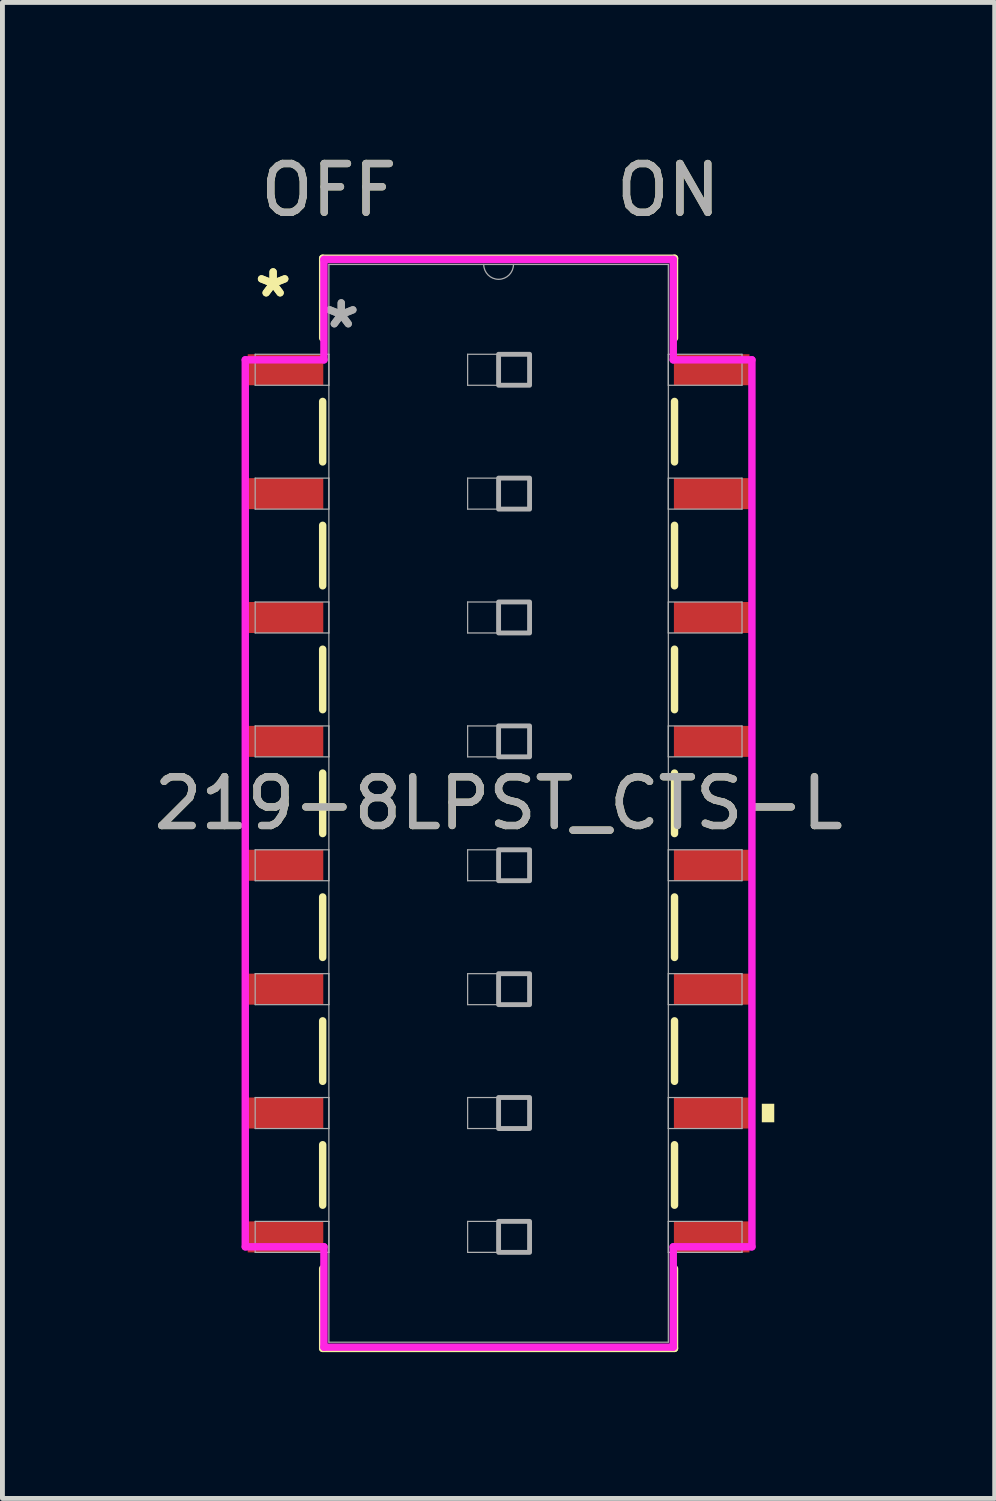
<source format=kicad_pcb>
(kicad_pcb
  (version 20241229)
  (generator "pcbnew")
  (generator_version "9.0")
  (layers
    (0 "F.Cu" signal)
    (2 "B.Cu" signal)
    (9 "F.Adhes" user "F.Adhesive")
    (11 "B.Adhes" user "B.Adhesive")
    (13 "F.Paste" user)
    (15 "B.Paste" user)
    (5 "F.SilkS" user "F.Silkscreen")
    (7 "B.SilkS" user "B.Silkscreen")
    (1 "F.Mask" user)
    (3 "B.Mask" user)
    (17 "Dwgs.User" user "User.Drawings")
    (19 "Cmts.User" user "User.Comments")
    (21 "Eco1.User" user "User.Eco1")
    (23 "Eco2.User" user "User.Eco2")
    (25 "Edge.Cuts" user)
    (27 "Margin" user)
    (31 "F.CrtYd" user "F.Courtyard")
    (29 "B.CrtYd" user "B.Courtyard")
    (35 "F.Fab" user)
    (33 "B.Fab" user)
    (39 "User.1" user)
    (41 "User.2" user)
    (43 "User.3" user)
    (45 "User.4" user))
  (footprint "219-8LPST_CTS-L"
    (layer "F.Cu")
    (at 7.173 13.421)
    (property "Reference" "219-8LPST_CTS-L" (at 0 0 0) (unlocked yes) (layer "F.SilkS") (effects (font (size 1 1) (thickness 0.15))))
    (attr smd)
    (fp_line (start -3.607 -11.176) (end -3.607 -9.54) (stroke (width 0.152) (type solid)) (layer "F.SilkS"))
    (fp_line (start -3.607 -8.24) (end -3.607 -7) (stroke (width 0.152) (type solid)) (layer "F.SilkS"))
    (fp_line (start -3.607 -5.7) (end -3.607 -4.46) (stroke (width 0.152) (type solid)) (layer "F.SilkS"))
    (fp_line (start -3.607 -3.16) (end -3.607 -1.92) (stroke (width 0.152) (type solid)) (layer "F.SilkS"))
    (fp_line (start -3.607 -0.62) (end -3.607 0.62) (stroke (width 0.152) (type solid)) (layer "F.SilkS"))
    (fp_line (start -3.607 1.92) (end -3.607 3.16) (stroke (width 0.152) (type solid)) (layer "F.SilkS"))
    (fp_line (start -3.607 4.46) (end -3.607 5.7) (stroke (width 0.152) (type solid)) (layer "F.SilkS"))
    (fp_line (start -3.607 7) (end -3.607 8.24) (stroke (width 0.152) (type solid)) (layer "F.SilkS"))
    (fp_line (start -3.607 9.54) (end -3.607 11.176) (stroke (width 0.152) (type solid)) (layer "F.SilkS"))
    (fp_line (start -3.607 11.176) (end 3.607 11.176) (stroke (width 0.152) (type solid)) (layer "F.SilkS"))
    (fp_line (start 3.607 -11.176) (end -3.607 -11.176) (stroke (width 0.152) (type solid)) (layer "F.SilkS"))
    (fp_line (start 3.607 -9.54) (end 3.607 -11.176) (stroke (width 0.152) (type solid)) (layer "F.SilkS"))
    (fp_line (start 3.607 -7) (end 3.607 -8.24) (stroke (width 0.152) (type solid)) (layer "F.SilkS"))
    (fp_line (start 3.607 -4.46) (end 3.607 -5.7) (stroke (width 0.152) (type solid)) (layer "F.SilkS"))
    (fp_line (start 3.607 -1.92) (end 3.607 -3.16) (stroke (width 0.152) (type solid)) (layer "F.SilkS"))
    (fp_line (start 3.607 0.62) (end 3.607 -0.62) (stroke (width 0.152) (type solid)) (layer "F.SilkS"))
    (fp_line (start 3.607 3.16) (end 3.607 1.92) (stroke (width 0.152) (type solid)) (layer "F.SilkS"))
    (fp_line (start 3.607 5.7) (end 3.607 4.46) (stroke (width 0.152) (type solid)) (layer "F.SilkS"))
    (fp_line (start 3.607 8.24) (end 3.607 7) (stroke (width 0.152) (type solid)) (layer "F.SilkS"))
    (fp_line (start 3.607 11.176) (end 3.607 9.54) (stroke (width 0.152) (type solid)) (layer "F.SilkS"))
    (fp_poly (pts (xy 5.652 6.16) (xy 5.652 6.54) (xy 5.397 6.54) (xy 5.397 6.16)) (stroke (width 0) (type solid)) (fill yes) (layer "F.SilkS"))
    (fp_line (start -5.194 -9.093) (end -3.581 -9.093) (stroke (width 0.152) (type solid)) (layer "F.CrtYd"))
    (fp_line (start -5.194 9.093) (end -5.194 -9.093) (stroke (width 0.152) (type solid)) (layer "F.CrtYd"))
    (fp_line (start -3.581 -11.151) (end 3.581 -11.151) (stroke (width 0.152) (type solid)) (layer "F.CrtYd"))
    (fp_line (start -3.581 -9.093) (end -3.581 -11.151) (stroke (width 0.152) (type solid)) (layer "F.CrtYd"))
    (fp_line (start -3.581 9.093) (end -5.194 9.093) (stroke (width 0.152) (type solid)) (layer "F.CrtYd"))
    (fp_line (start -3.581 11.151) (end -3.581 9.093) (stroke (width 0.152) (type solid)) (layer "F.CrtYd"))
    (fp_line (start 3.581 -11.151) (end 3.581 -9.093) (stroke (width 0.152) (type solid)) (layer "F.CrtYd"))
    (fp_line (start 3.581 -9.093) (end 5.194 -9.093) (stroke (width 0.152) (type solid)) (layer "F.CrtYd"))
    (fp_line (start 3.581 9.093) (end 3.581 11.151) (stroke (width 0.152) (type solid)) (layer "F.CrtYd"))
    (fp_line (start 3.581 11.151) (end -3.581 11.151) (stroke (width 0.152) (type solid)) (layer "F.CrtYd"))
    (fp_line (start 5.194 -9.093) (end 5.194 9.093) (stroke (width 0.152) (type solid)) (layer "F.CrtYd"))
    (fp_line (start 5.194 9.093) (end 3.581 9.093) (stroke (width 0.152) (type solid)) (layer "F.CrtYd"))
    (fp_line (start -4.991 -9.207) (end -4.991 -8.572) (stroke (width 0.025) (type solid)) (layer "F.Fab"))
    (fp_line (start -4.991 -8.572) (end -3.48 -8.572) (stroke (width 0.025) (type solid)) (layer "F.Fab"))
    (fp_line (start -4.991 -6.668) (end -4.991 -6.032) (stroke (width 0.025) (type solid)) (layer "F.Fab"))
    (fp_line (start -4.991 -6.032) (end -3.48 -6.032) (stroke (width 0.025) (type solid)) (layer "F.Fab"))
    (fp_line (start -4.991 -4.128) (end -4.991 -3.493) (stroke (width 0.025) (type solid)) (layer "F.Fab"))
    (fp_line (start -4.991 -3.493) (end -3.48 -3.493) (stroke (width 0.025) (type solid)) (layer "F.Fab"))
    (fp_line (start -4.991 -1.587) (end -4.991 -0.953) (stroke (width 0.025) (type solid)) (layer "F.Fab"))
    (fp_line (start -4.991 -0.953) (end -3.48 -0.953) (stroke (width 0.025) (type solid)) (layer "F.Fab"))
    (fp_line (start -4.991 0.953) (end -4.991 1.587) (stroke (width 0.025) (type solid)) (layer "F.Fab"))
    (fp_line (start -4.991 1.587) (end -3.48 1.587) (stroke (width 0.025) (type solid)) (layer "F.Fab"))
    (fp_line (start -4.991 3.493) (end -4.991 4.128) (stroke (width 0.025) (type solid)) (layer "F.Fab"))
    (fp_line (start -4.991 4.128) (end -3.48 4.128) (stroke (width 0.025) (type solid)) (layer "F.Fab"))
    (fp_line (start -4.991 6.032) (end -4.991 6.668) (stroke (width 0.025) (type solid)) (layer "F.Fab"))
    (fp_line (start -4.991 6.668) (end -3.48 6.668) (stroke (width 0.025) (type solid)) (layer "F.Fab"))
    (fp_line (start -4.991 8.572) (end -4.991 9.207) (stroke (width 0.025) (type solid)) (layer "F.Fab"))
    (fp_line (start -4.991 9.207) (end -3.48 9.207) (stroke (width 0.025) (type solid)) (layer "F.Fab"))
    (fp_line (start -3.48 -11.049) (end -3.48 11.049) (stroke (width 0.025) (type solid)) (layer "F.Fab"))
    (fp_line (start -3.48 -9.207) (end -4.991 -9.207) (stroke (width 0.025) (type solid)) (layer "F.Fab"))
    (fp_line (start -3.48 -8.572) (end -3.48 -9.207) (stroke (width 0.025) (type solid)) (layer "F.Fab"))
    (fp_line (start -3.48 -6.668) (end -4.991 -6.668) (stroke (width 0.025) (type solid)) (layer "F.Fab"))
    (fp_line (start -3.48 -6.032) (end -3.48 -6.668) (stroke (width 0.025) (type solid)) (layer "F.Fab"))
    (fp_line (start -3.48 -4.128) (end -4.991 -4.128) (stroke (width 0.025) (type solid)) (layer "F.Fab"))
    (fp_line (start -3.48 -3.493) (end -3.48 -4.128) (stroke (width 0.025) (type solid)) (layer "F.Fab"))
    (fp_line (start -3.48 -1.587) (end -4.991 -1.587) (stroke (width 0.025) (type solid)) (layer "F.Fab"))
    (fp_line (start -3.48 -0.953) (end -3.48 -1.587) (stroke (width 0.025) (type solid)) (layer "F.Fab"))
    (fp_line (start -3.48 0.953) (end -4.991 0.953) (stroke (width 0.025) (type solid)) (layer "F.Fab"))
    (fp_line (start -3.48 1.587) (end -3.48 0.953) (stroke (width 0.025) (type solid)) (layer "F.Fab"))
    (fp_line (start -3.48 3.493) (end -4.991 3.493) (stroke (width 0.025) (type solid)) (layer "F.Fab"))
    (fp_line (start -3.48 4.128) (end -3.48 3.493) (stroke (width 0.025) (type solid)) (layer "F.Fab"))
    (fp_line (start -3.48 6.032) (end -4.991 6.032) (stroke (width 0.025) (type solid)) (layer "F.Fab"))
    (fp_line (start -3.48 6.668) (end -3.48 6.032) (stroke (width 0.025) (type solid)) (layer "F.Fab"))
    (fp_line (start -3.48 8.572) (end -4.991 8.572) (stroke (width 0.025) (type solid)) (layer "F.Fab"))
    (fp_line (start -3.48 9.207) (end -3.48 8.572) (stroke (width 0.025) (type solid)) (layer "F.Fab"))
    (fp_line (start -3.48 11.049) (end 3.48 11.049) (stroke (width 0.025) (type solid)) (layer "F.Fab"))
    (fp_line (start -0.635 -9.207) (end 0.635 -9.207) (stroke (width 0.025) (type solid)) (layer "F.Fab"))
    (fp_line (start -0.635 -8.572) (end -0.635 -9.207) (stroke (width 0.025) (type solid)) (layer "F.Fab"))
    (fp_line (start -0.635 -6.668) (end 0.635 -6.668) (stroke (width 0.025) (type solid)) (layer "F.Fab"))
    (fp_line (start -0.635 -6.032) (end -0.635 -6.668) (stroke (width 0.025) (type solid)) (layer "F.Fab"))
    (fp_line (start -0.635 -4.128) (end 0.635 -4.128) (stroke (width 0.025) (type solid)) (layer "F.Fab"))
    (fp_line (start -0.635 -3.493) (end -0.635 -4.128) (stroke (width 0.025) (type solid)) (layer "F.Fab"))
    (fp_line (start -0.635 -1.587) (end 0.635 -1.587) (stroke (width 0.025) (type solid)) (layer "F.Fab"))
    (fp_line (start -0.635 -0.953) (end -0.635 -1.587) (stroke (width 0.025) (type solid)) (layer "F.Fab"))
    (fp_line (start -0.635 0.953) (end 0.635 0.953) (stroke (width 0.025) (type solid)) (layer "F.Fab"))
    (fp_line (start -0.635 1.587) (end -0.635 0.953) (stroke (width 0.025) (type solid)) (layer "F.Fab"))
    (fp_line (start -0.635 3.493) (end 0.635 3.493) (stroke (width 0.025) (type solid)) (layer "F.Fab"))
    (fp_line (start -0.635 4.128) (end -0.635 3.493) (stroke (width 0.025) (type solid)) (layer "F.Fab"))
    (fp_line (start -0.635 6.032) (end 0.635 6.032) (stroke (width 0.025) (type solid)) (layer "F.Fab"))
    (fp_line (start -0.635 6.668) (end -0.635 6.032) (stroke (width 0.025) (type solid)) (layer "F.Fab"))
    (fp_line (start -0.635 8.572) (end 0.635 8.572) (stroke (width 0.025) (type solid)) (layer "F.Fab"))
    (fp_line (start -0.635 9.207) (end -0.635 8.572) (stroke (width 0.025) (type solid)) (layer "F.Fab"))
    (fp_line (start 0.635 -9.207) (end 0.635 -8.572) (stroke (width 0.025) (type solid)) (layer "F.Fab"))
    (fp_line (start 0.635 -8.572) (end -0.635 -8.572) (stroke (width 0.025) (type solid)) (layer "F.Fab"))
    (fp_line (start 0.635 -6.668) (end 0.635 -6.032) (stroke (width 0.025) (type solid)) (layer "F.Fab"))
    (fp_line (start 0.635 -6.032) (end -0.635 -6.032) (stroke (width 0.025) (type solid)) (layer "F.Fab"))
    (fp_line (start 0.635 -4.128) (end 0.635 -3.493) (stroke (width 0.025) (type solid)) (layer "F.Fab"))
    (fp_line (start 0.635 -3.493) (end -0.635 -3.493) (stroke (width 0.025) (type solid)) (layer "F.Fab"))
    (fp_line (start 0.635 -1.587) (end 0.635 -0.953) (stroke (width 0.025) (type solid)) (layer "F.Fab"))
    (fp_line (start 0.635 -0.953) (end -0.635 -0.953) (stroke (width 0.025) (type solid)) (layer "F.Fab"))
    (fp_line (start 0.635 0.953) (end 0.635 1.587) (stroke (width 0.025) (type solid)) (layer "F.Fab"))
    (fp_line (start 0.635 1.587) (end -0.635 1.587) (stroke (width 0.025) (type solid)) (layer "F.Fab"))
    (fp_line (start 0.635 3.493) (end 0.635 4.128) (stroke (width 0.025) (type solid)) (layer "F.Fab"))
    (fp_line (start 0.635 4.128) (end -0.635 4.128) (stroke (width 0.025) (type solid)) (layer "F.Fab"))
    (fp_line (start 0.635 6.032) (end 0.635 6.668) (stroke (width 0.025) (type solid)) (layer "F.Fab"))
    (fp_line (start 0.635 6.668) (end -0.635 6.668) (stroke (width 0.025) (type solid)) (layer "F.Fab"))
    (fp_line (start 0.635 8.572) (end 0.635 9.207) (stroke (width 0.025) (type solid)) (layer "F.Fab"))
    (fp_line (start 0.635 9.207) (end -0.635 9.207) (stroke (width 0.025) (type solid)) (layer "F.Fab"))
    (fp_line (start 3.48 -11.049) (end -3.48 -11.049) (stroke (width 0.025) (type solid)) (layer "F.Fab"))
    (fp_line (start 3.48 -9.207) (end 3.48 -8.572) (stroke (width 0.025) (type solid)) (layer "F.Fab"))
    (fp_line (start 3.48 -8.572) (end 4.991 -8.572) (stroke (width 0.025) (type solid)) (layer "F.Fab"))
    (fp_line (start 3.48 -6.668) (end 3.48 -6.032) (stroke (width 0.025) (type solid)) (layer "F.Fab"))
    (fp_line (start 3.48 -6.032) (end 4.991 -6.032) (stroke (width 0.025) (type solid)) (layer "F.Fab"))
    (fp_line (start 3.48 -4.128) (end 3.48 -3.493) (stroke (width 0.025) (type solid)) (layer "F.Fab"))
    (fp_line (start 3.48 -3.493) (end 4.991 -3.493) (stroke (width 0.025) (type solid)) (layer "F.Fab"))
    (fp_line (start 3.48 -1.587) (end 3.48 -0.953) (stroke (width 0.025) (type solid)) (layer "F.Fab"))
    (fp_line (start 3.48 -0.953) (end 4.991 -0.953) (stroke (width 0.025) (type solid)) (layer "F.Fab"))
    (fp_line (start 3.48 0.953) (end 3.48 1.587) (stroke (width 0.025) (type solid)) (layer "F.Fab"))
    (fp_line (start 3.48 1.587) (end 4.991 1.587) (stroke (width 0.025) (type solid)) (layer "F.Fab"))
    (fp_line (start 3.48 3.493) (end 3.48 4.128) (stroke (width 0.025) (type solid)) (layer "F.Fab"))
    (fp_line (start 3.48 4.128) (end 4.991 4.128) (stroke (width 0.025) (type solid)) (layer "F.Fab"))
    (fp_line (start 3.48 6.032) (end 3.48 6.668) (stroke (width 0.025) (type solid)) (layer "F.Fab"))
    (fp_line (start 3.48 6.668) (end 4.991 6.668) (stroke (width 0.025) (type solid)) (layer "F.Fab"))
    (fp_line (start 3.48 8.572) (end 3.48 9.207) (stroke (width 0.025) (type solid)) (layer "F.Fab"))
    (fp_line (start 3.48 9.207) (end 4.991 9.207) (stroke (width 0.025) (type solid)) (layer "F.Fab"))
    (fp_line (start 3.48 11.049) (end 3.48 -11.049) (stroke (width 0.025) (type solid)) (layer "F.Fab"))
    (fp_line (start 4.991 -9.207) (end 3.48 -9.207) (stroke (width 0.025) (type solid)) (layer "F.Fab"))
    (fp_line (start 4.991 -8.572) (end 4.991 -9.207) (stroke (width 0.025) (type solid)) (layer "F.Fab"))
    (fp_line (start 4.991 -6.668) (end 3.48 -6.668) (stroke (width 0.025) (type solid)) (layer "F.Fab"))
    (fp_line (start 4.991 -6.032) (end 4.991 -6.668) (stroke (width 0.025) (type solid)) (layer "F.Fab"))
    (fp_line (start 4.991 -4.128) (end 3.48 -4.128) (stroke (width 0.025) (type solid)) (layer "F.Fab"))
    (fp_line (start 4.991 -3.493) (end 4.991 -4.128) (stroke (width 0.025) (type solid)) (layer "F.Fab"))
    (fp_line (start 4.991 -1.587) (end 3.48 -1.587) (stroke (width 0.025) (type solid)) (layer "F.Fab"))
    (fp_line (start 4.991 -0.953) (end 4.991 -1.587) (stroke (width 0.025) (type solid)) (layer "F.Fab"))
    (fp_line (start 4.991 0.953) (end 3.48 0.953) (stroke (width 0.025) (type solid)) (layer "F.Fab"))
    (fp_line (start 4.991 1.587) (end 4.991 0.953) (stroke (width 0.025) (type solid)) (layer "F.Fab"))
    (fp_line (start 4.991 3.493) (end 3.48 3.493) (stroke (width 0.025) (type solid)) (layer "F.Fab"))
    (fp_line (start 4.991 4.128) (end 4.991 3.493) (stroke (width 0.025) (type solid)) (layer "F.Fab"))
    (fp_line (start 4.991 6.032) (end 3.48 6.032) (stroke (width 0.025) (type solid)) (layer "F.Fab"))
    (fp_line (start 4.991 6.668) (end 4.991 6.032) (stroke (width 0.025) (type solid)) (layer "F.Fab"))
    (fp_line (start 4.991 8.572) (end 3.48 8.572) (stroke (width 0.025) (type solid)) (layer "F.Fab"))
    (fp_line (start 4.991 9.207) (end 4.991 8.572) (stroke (width 0.025) (type solid)) (layer "F.Fab"))
    (fp_arc (start 0.3048 -11.049) (mid 0 -10.7442) (end -0.3048 -11.049) (stroke (width 0.0254) (type solid)) (layer "F.Fab"))
    (fp_poly (pts (xy 0 -9.207) (xy 0.635 -9.207) (xy 0.635 -8.572) (xy 0 -8.572)) (stroke (width 0.1) (type solid)) (fill no) (layer "F.Fab"))
    (fp_poly (pts (xy 0 -6.668) (xy 0.635 -6.668) (xy 0.635 -6.032) (xy 0 -6.032)) (stroke (width 0.1) (type solid)) (fill no) (layer "F.Fab"))
    (fp_poly (pts (xy 0 -4.128) (xy 0.635 -4.128) (xy 0.635 -3.493) (xy 0 -3.493)) (stroke (width 0.1) (type solid)) (fill no) (layer "F.Fab"))
    (fp_poly (pts (xy 0 -1.587) (xy 0.635 -1.587) (xy 0.635 -0.953) (xy 0 -0.953)) (stroke (width 0.1) (type solid)) (fill no) (layer "F.Fab"))
    (fp_poly (pts (xy 0 0.953) (xy 0.635 0.953) (xy 0.635 1.587) (xy 0 1.587)) (stroke (width 0.1) (type solid)) (fill no) (layer "F.Fab"))
    (fp_poly (pts (xy 0 3.493) (xy 0.635 3.493) (xy 0.635 4.128) (xy 0 4.128)) (stroke (width 0.1) (type solid)) (fill no) (layer "F.Fab"))
    (fp_poly (pts (xy 0 6.032) (xy 0.635 6.032) (xy 0.635 6.668) (xy 0 6.668)) (stroke (width 0.1) (type solid)) (fill no) (layer "F.Fab"))
    (fp_poly (pts (xy 0 8.572) (xy 0.635 8.572) (xy 0.635 9.207) (xy 0 9.207)) (stroke (width 0.1) (type solid)) (fill no) (layer "F.Fab"))
    (fp_text user "*" (at -4.623 -10.351 0) (layer "F.SilkS") (effects (font (size 1 1) (thickness 0.15))))
    (fp_text user "ON" (at 3.48 -12.573 0) (unlocked yes) (layer "F.SilkS") (effects (font (size 1 1) (thickness 0.15))))
    (fp_text user "OFF" (at -3.48 -12.573 0) (unlocked yes) (layer "F.SilkS") (effects (font (size 1 1) (thickness 0.15))))
    (fp_text user "*" (at -4.623 -10.351 0) (unlocked yes) (layer "F.SilkS") (effects (font (size 1 1) (thickness 0.15))))
    (fp_text user "${REFERENCE}" (at 0 0 0) (unlocked yes) (layer "F.Fab") (effects (font (size 1 1) (thickness 0.15))))
    (fp_text user "OFF" (at -3.48 -12.573 0) (unlocked yes) (layer "F.Fab") (effects (font (size 1 1) (thickness 0.15))))
    (fp_text user "*" (at -3.226 -9.716 0) (unlocked yes) (layer "F.Fab") (effects (font (size 1 1) (thickness 0.15))))
    (fp_text user "ON" (at 3.48 -12.573 0) (unlocked yes) (layer "F.Fab") (effects (font (size 1 1) (thickness 0.15))))
    (fp_text user "*" (at -3.226 -9.716 0) (layer "F.Fab") (effects (font (size 1 1) (thickness 0.15))))
    (pad "1" smd rect (at -4.369 -8.89) (size 1.549 0.635) (layers "F.Cu" "F.Mask" "F.Paste"))
    (pad "2" smd rect (at -4.369 -6.35) (size 1.549 0.635) (layers "F.Cu" "F.Mask" "F.Paste"))
    (pad "3" smd rect (at -4.369 -3.81) (size 1.549 0.635) (layers "F.Cu" "F.Mask" "F.Paste"))
    (pad "4" smd rect (at -4.369 -1.27) (size 1.549 0.635) (layers "F.Cu" "F.Mask" "F.Paste"))
    (pad "5" smd rect (at -4.369 1.27) (size 1.549 0.635) (layers "F.Cu" "F.Mask" "F.Paste"))
    (pad "6" smd rect (at -4.369 3.81) (size 1.549 0.635) (layers "F.Cu" "F.Mask" "F.Paste"))
    (pad "7" smd rect (at -4.369 6.35) (size 1.549 0.635) (layers "F.Cu" "F.Mask" "F.Paste"))
    (pad "8" smd rect (at -4.369 8.89) (size 1.549 0.635) (layers "F.Cu" "F.Mask" "F.Paste"))
    (pad "9" smd rect (at 4.369 8.89) (size 1.549 0.635) (layers "F.Cu" "F.Mask" "F.Paste"))
    (pad "10" smd rect (at 4.369 6.35) (size 1.549 0.635) (layers "F.Cu" "F.Mask" "F.Paste"))
    (pad "11" smd rect (at 4.369 3.81) (size 1.549 0.635) (layers "F.Cu" "F.Mask" "F.Paste"))
    (pad "12" smd rect (at 4.369 1.27) (size 1.549 0.635) (layers "F.Cu" "F.Mask" "F.Paste"))
    (pad "13" smd rect (at 4.369 -1.27) (size 1.549 0.635) (layers "F.Cu" "F.Mask" "F.Paste"))
    (pad "14" smd rect (at 4.369 -3.81) (size 1.549 0.635) (layers "F.Cu" "F.Mask" "F.Paste"))
    (pad "15" smd rect (at 4.369 -6.35) (size 1.549 0.635) (layers "F.Cu" "F.Mask" "F.Paste"))
    (pad "16" smd rect (at 4.369 -8.89) (size 1.549 0.635) (layers "F.Cu" "F.Mask" "F.Paste")))
  (gr_rect
    (start -3 -3)
    (end 17.345 27.673)
    (stroke (width 0.1) (type default))
    (fill no)
    (layer "Edge.Cuts")))
</source>
